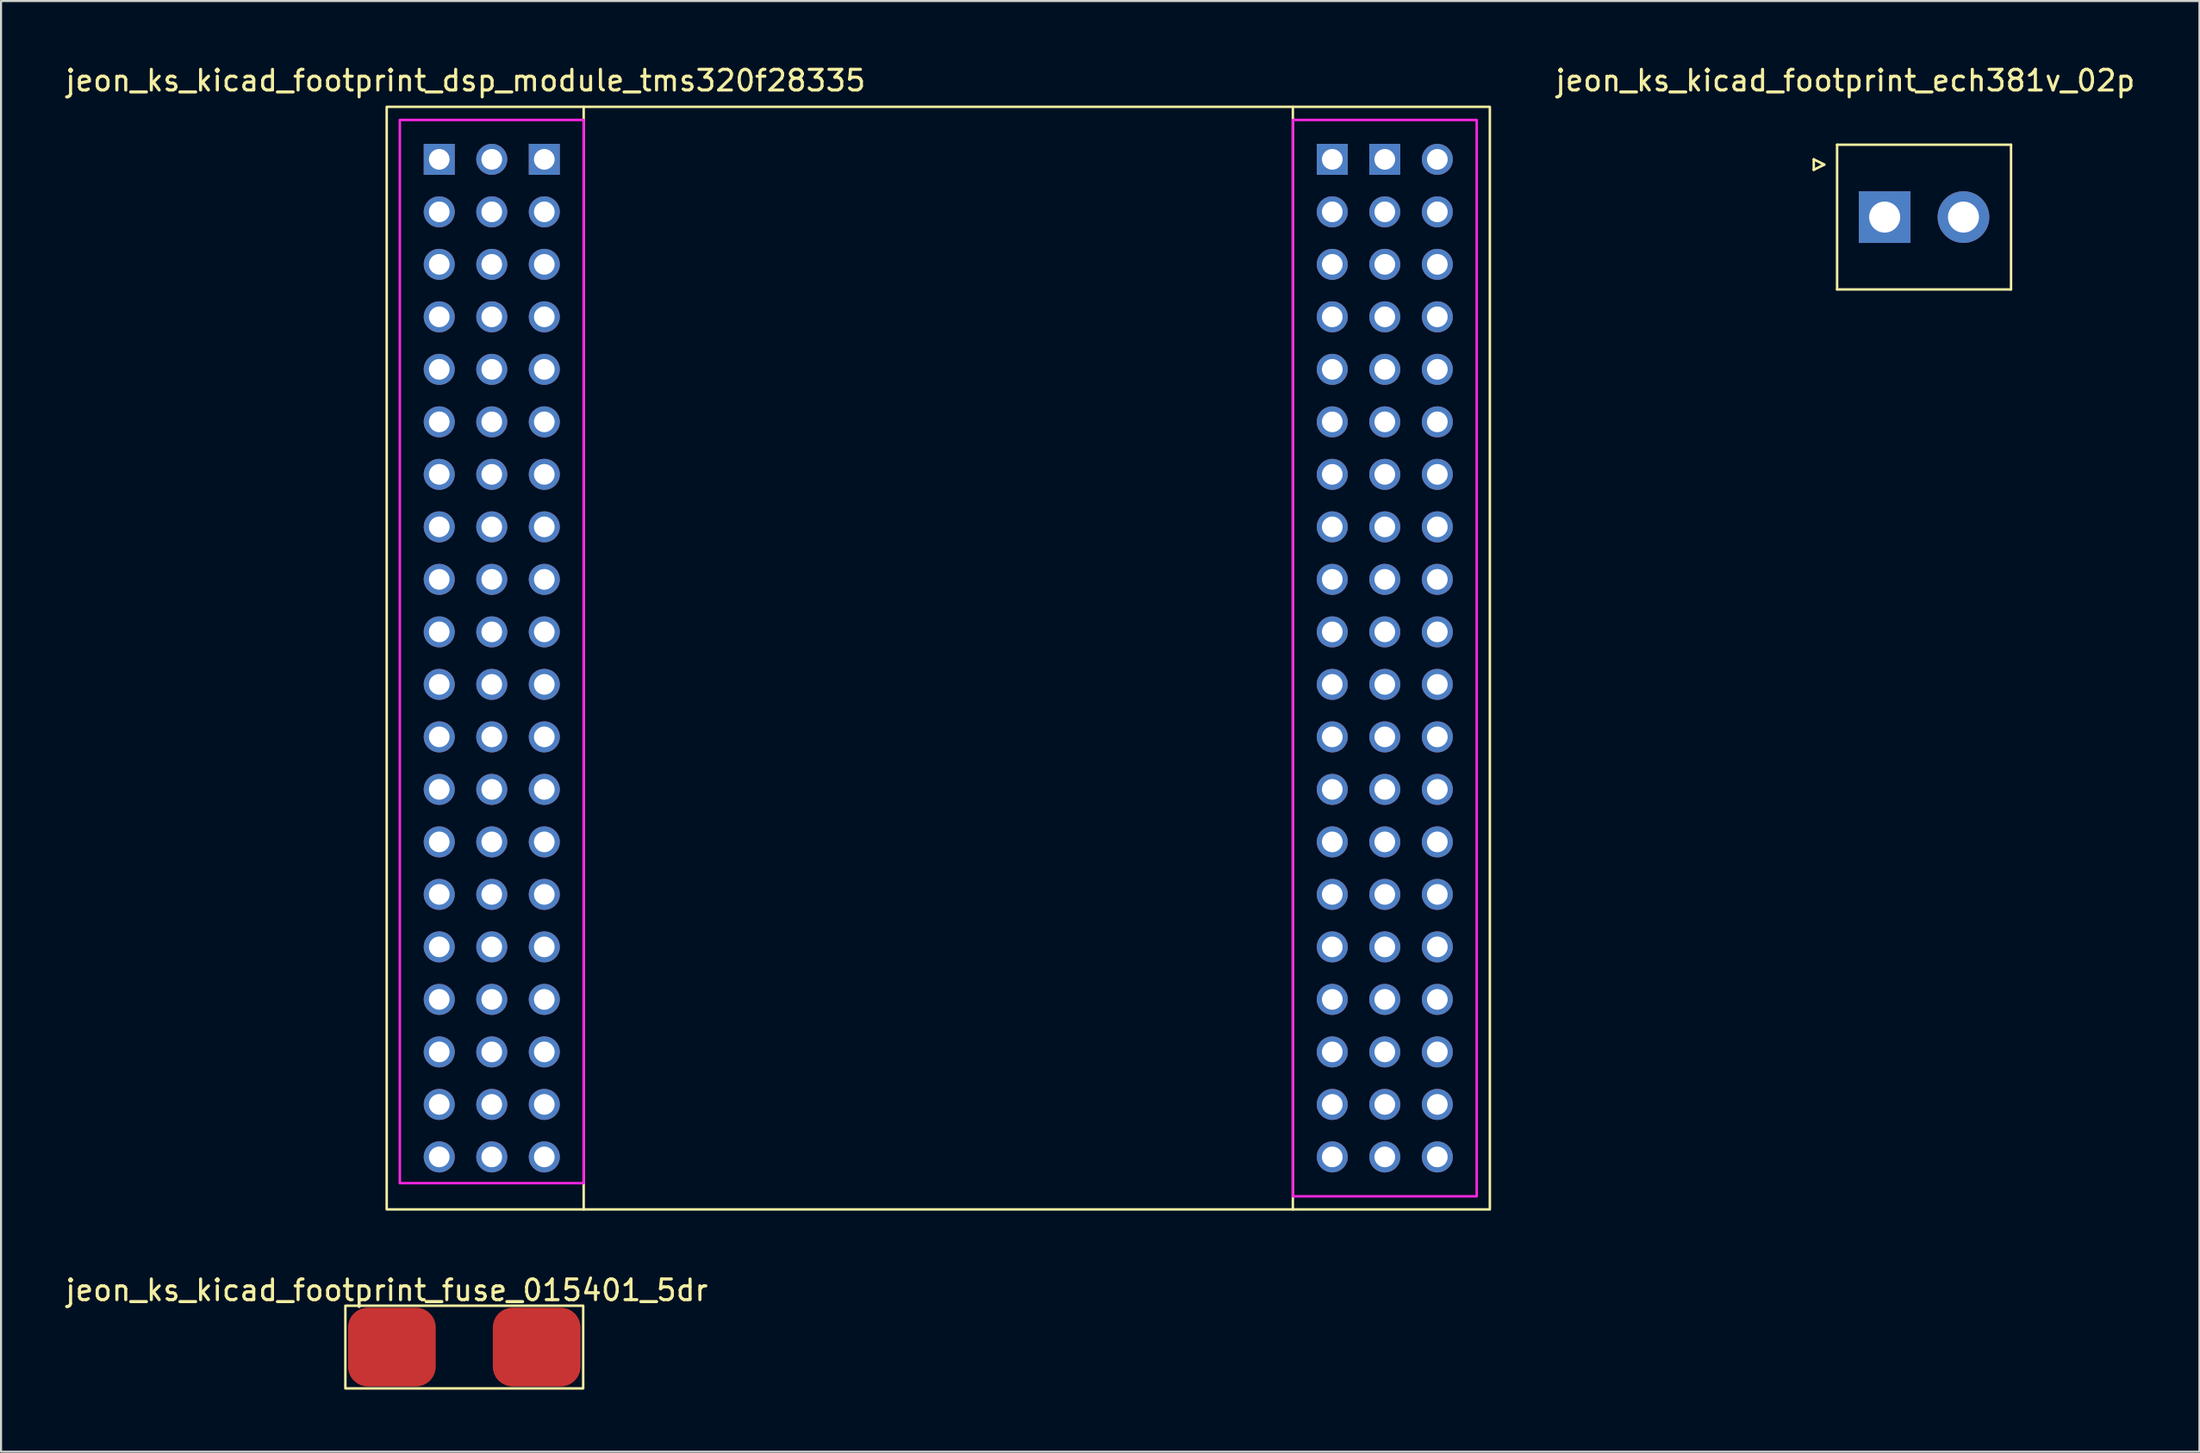
<source format=kicad_pcb>
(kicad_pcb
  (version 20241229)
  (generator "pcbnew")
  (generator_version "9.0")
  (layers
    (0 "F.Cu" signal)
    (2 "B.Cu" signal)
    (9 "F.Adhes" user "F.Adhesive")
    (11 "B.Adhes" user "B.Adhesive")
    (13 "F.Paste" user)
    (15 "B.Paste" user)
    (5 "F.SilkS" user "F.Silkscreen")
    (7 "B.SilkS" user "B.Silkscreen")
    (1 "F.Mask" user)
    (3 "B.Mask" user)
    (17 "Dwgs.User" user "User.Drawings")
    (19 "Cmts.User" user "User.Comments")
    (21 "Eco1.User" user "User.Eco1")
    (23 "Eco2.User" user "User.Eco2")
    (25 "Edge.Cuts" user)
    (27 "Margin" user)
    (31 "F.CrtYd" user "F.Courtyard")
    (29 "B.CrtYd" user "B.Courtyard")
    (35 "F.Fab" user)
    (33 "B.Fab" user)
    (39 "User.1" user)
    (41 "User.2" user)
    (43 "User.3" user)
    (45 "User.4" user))
  (footprint "jeon_ks_kicad_footprint_fuse_015401_5dr"
    (layer "F.Cu")
    (at 19.399 62.117)
    (property "Reference" "jeon_ks_kicad_footprint_fuse_015401_5dr" (at -3.75 -2.75 0) (unlocked yes) (layer "F.SilkS") (effects (font (size 1 1) (thickness 0.15))))
    (attr smd)
    (fp_rect (start -5.75 -2) (end 5.75 2) (stroke (width 0.12) (type solid)) (fill no) (layer "F.SilkS"))
    (pad "1" smd roundrect (at -3.5 0) (size 4.24 3.81) (layers "F.Cu" "F.Mask" "F.Paste") (roundrect_rratio 0.25))
    (pad "2" smd roundrect (at 3.5 0) (size 4.24 3.81) (layers "F.Cu" "F.Mask" "F.Paste") (roundrect_rratio 0.25)))
  (footprint "jeon_ks_kicad_footprint_ech381v_02p"
    (layer "F.Cu")
    (at 89.983 7.452)
    (property "Reference" "jeon_ks_kicad_footprint_ech381v_02p" (at -3.81 -6.604 0) (layer "F.SilkS") (effects (font (size 1 1) (thickness 0.15))))
    (attr through_hole)
    (fp_line (start -5.334 -2.794) (end -5.334 -2.286) (stroke (width 0.12) (type solid)) (layer "F.SilkS"))
    (fp_line (start -5.334 -2.286) (end -4.826 -2.54) (stroke (width 0.12) (type solid)) (layer "F.SilkS"))
    (fp_line (start -4.826 -2.54) (end -5.334 -2.794) (stroke (width 0.12) (type solid)) (layer "F.SilkS"))
    (fp_line (start -4.205 -3.5) (end 4.205 -3.5) (stroke (width 0.12) (type solid)) (layer "F.SilkS"))
    (fp_line (start -4.205 3.5) (end -4.205 -3.5) (stroke (width 0.12) (type solid)) (layer "F.SilkS"))
    (fp_line (start -4.205 3.5) (end 4.205 3.5) (stroke (width 0.12) (type solid)) (layer "F.SilkS"))
    (fp_line (start 4.205 -3.5) (end 4.205 3.5) (stroke (width 0.12) (type solid)) (layer "F.SilkS"))
    (pad "1" thru_hole rect (at -1.905 0) (size 2.5 2.5) (drill 1.5) (layers "*.Cu" "*.Mask"))
    (pad "2" thru_hole circle (at 1.905 0) (size 2.5 2.5) (drill 1.5) (layers "*.Cu" "*.Mask")))
  (footprint "jeon_ks_kicad_footprint_dsp_module_tms320f28335"
    (layer "F.Cu")
    (at 18.188 4.658)
    (property "Reference" "jeon_ks_kicad_footprint_dsp_module_tms320f28335" (at 1.27 -3.81 0) (unlocked yes) (layer "F.SilkS") (effects (font (size 1 1) (thickness 0.15))))
    (attr through_hole)
    (fp_line (start 6.985 50.8) (end 6.985 -2.54) (stroke (width 0.12) (type solid)) (layer "F.SilkS"))
    (fp_line (start 41.275 -2.54) (end 41.275 50.8) (stroke (width 0.12) (type solid)) (layer "F.SilkS"))
    (fp_rect (start -2.54 -2.54) (end 50.8 50.8) (stroke (width 0.12) (type solid)) (fill no) (layer "F.SilkS"))
    (fp_rect (start -1.905 -1.905) (end 6.985 49.53) (stroke (width 0.12) (type solid)) (fill no) (layer "F.CrtYd"))
    (fp_rect (start 41.275 -1.905) (end 50.165 50.165) (stroke (width 0.12) (type solid)) (fill no) (layer "F.CrtYd"))
    (pad "A01" thru_hole rect (at 0 0) (size 1.5 1.5) (drill 1) (layers "*.Cu" "*.Mask"))
    (pad "A02" thru_hole oval (at 2.54 0) (size 1.5 1.5) (drill 1) (layers "*.Cu" "*.Mask"))
    (pad "A03" thru_hole oval (at 0 2.54) (size 1.5 1.5) (drill 1) (layers "*.Cu" "*.Mask"))
    (pad "A04" thru_hole oval (at 2.54 2.54) (size 1.5 1.5) (drill 1) (layers "*.Cu" "*.Mask"))
    (pad "A05" thru_hole oval (at 0 5.08) (size 1.5 1.5) (drill 1) (layers "*.Cu" "*.Mask"))
    (pad "A06" thru_hole oval (at 2.54 5.08) (size 1.5 1.5) (drill 1) (layers "*.Cu" "*.Mask"))
    (pad "A07" thru_hole oval (at 0 7.62) (size 1.5 1.5) (drill 1) (layers "*.Cu" "*.Mask"))
    (pad "A08" thru_hole oval (at 2.54 7.62) (size 1.5 1.5) (drill 1) (layers "*.Cu" "*.Mask"))
    (pad "A09" thru_hole oval (at 0 10.16) (size 1.5 1.5) (drill 1) (layers "*.Cu" "*.Mask"))
    (pad "A10" thru_hole oval (at 2.54 10.16) (size 1.5 1.5) (drill 1) (layers "*.Cu" "*.Mask"))
    (pad "A11" thru_hole oval (at 0 12.7) (size 1.5 1.5) (drill 1) (layers "*.Cu" "*.Mask"))
    (pad "A12" thru_hole oval (at 2.54 12.7) (size 1.5 1.5) (drill 1) (layers "*.Cu" "*.Mask"))
    (pad "A13" thru_hole oval (at 0 15.24) (size 1.5 1.5) (drill 1) (layers "*.Cu" "*.Mask"))
    (pad "A14" thru_hole oval (at 2.54 15.24) (size 1.5 1.5) (drill 1) (layers "*.Cu" "*.Mask"))
    (pad "A15" thru_hole oval (at 0 17.78) (size 1.5 1.5) (drill 1) (layers "*.Cu" "*.Mask"))
    (pad "A16" thru_hole oval (at 2.54 17.78) (size 1.5 1.5) (drill 1) (layers "*.Cu" "*.Mask"))
    (pad "A17" thru_hole oval (at 0 20.32) (size 1.5 1.5) (drill 1) (layers "*.Cu" "*.Mask"))
    (pad "A18" thru_hole oval (at 2.54 20.32) (size 1.5 1.5) (drill 1) (layers "*.Cu" "*.Mask"))
    (pad "A19" thru_hole oval (at 0 22.86) (size 1.5 1.5) (drill 1) (layers "*.Cu" "*.Mask"))
    (pad "A20" thru_hole oval (at 2.54 22.86) (size 1.5 1.5) (drill 1) (layers "*.Cu" "*.Mask"))
    (pad "A21" thru_hole oval (at 0 25.4) (size 1.5 1.5) (drill 1) (layers "*.Cu" "*.Mask"))
    (pad "A22" thru_hole oval (at 2.54 25.4) (size 1.5 1.5) (drill 1) (layers "*.Cu" "*.Mask"))
    (pad "A23" thru_hole oval (at 0 27.94) (size 1.5 1.5) (drill 1) (layers "*.Cu" "*.Mask"))
    (pad "A24" thru_hole oval (at 2.54 27.94) (size 1.5 1.5) (drill 1) (layers "*.Cu" "*.Mask"))
    (pad "A25" thru_hole oval (at 0 30.48) (size 1.5 1.5) (drill 1) (layers "*.Cu" "*.Mask"))
    (pad "A26" thru_hole oval (at 2.54 30.48) (size 1.5 1.5) (drill 1) (layers "*.Cu" "*.Mask"))
    (pad "A27" thru_hole oval (at 0 33.02) (size 1.5 1.5) (drill 1) (layers "*.Cu" "*.Mask"))
    (pad "A28" thru_hole oval (at 2.54 33.02) (size 1.5 1.5) (drill 1) (layers "*.Cu" "*.Mask"))
    (pad "A29" thru_hole oval (at 0 35.56) (size 1.5 1.5) (drill 1) (layers "*.Cu" "*.Mask"))
    (pad "A30" thru_hole oval (at 2.54 35.56) (size 1.5 1.5) (drill 1) (layers "*.Cu" "*.Mask"))
    (pad "A31" thru_hole oval (at 0 38.1) (size 1.5 1.5) (drill 1) (layers "*.Cu" "*.Mask"))
    (pad "A32" thru_hole oval (at 2.54 38.1) (size 1.5 1.5) (drill 1) (layers "*.Cu" "*.Mask"))
    (pad "A33" thru_hole oval (at 0 40.64) (size 1.5 1.5) (drill 1) (layers "*.Cu" "*.Mask"))
    (pad "A34" thru_hole oval (at 2.54 40.64) (size 1.5 1.5) (drill 1) (layers "*.Cu" "*.Mask"))
    (pad "A35" thru_hole oval (at 0 43.18) (size 1.5 1.5) (drill 1) (layers "*.Cu" "*.Mask"))
    (pad "A36" thru_hole oval (at 2.54 43.18) (size 1.5 1.5) (drill 1) (layers "*.Cu" "*.Mask"))
    (pad "A37" thru_hole oval (at 0 45.72) (size 1.5 1.5) (drill 1) (layers "*.Cu" "*.Mask"))
    (pad "A38" thru_hole oval (at 2.54 45.72) (size 1.5 1.5) (drill 1) (layers "*.Cu" "*.Mask"))
    (pad "A39" thru_hole oval (at 0 48.26) (size 1.5 1.5) (drill 1) (layers "*.Cu" "*.Mask"))
    (pad "A40" thru_hole oval (at 2.54 48.26) (size 1.5 1.5) (drill 1) (layers "*.Cu" "*.Mask"))
    (pad "B01" thru_hole rect (at 5.08 0) (size 1.5 1.5) (drill 1) (layers "*.Cu" "*.Mask"))
    (pad "B02" thru_hole oval (at 5.08 2.54) (size 1.5 1.5) (drill 1) (layers "*.Cu" "*.Mask"))
    (pad "B03" thru_hole oval (at 5.08 5.08) (size 1.5 1.5) (drill 1) (layers "*.Cu" "*.Mask"))
    (pad "B04" thru_hole oval (at 5.08 7.62) (size 1.5 1.5) (drill 1) (layers "*.Cu" "*.Mask"))
    (pad "B05" thru_hole oval (at 5.08 10.16) (size 1.5 1.5) (drill 1) (layers "*.Cu" "*.Mask"))
    (pad "B06" thru_hole oval (at 5.08 12.7) (size 1.5 1.5) (drill 1) (layers "*.Cu" "*.Mask"))
    (pad "B07" thru_hole oval (at 5.08 15.24) (size 1.5 1.5) (drill 1) (layers "*.Cu" "*.Mask"))
    (pad "B08" thru_hole oval (at 5.08 17.78) (size 1.5 1.5) (drill 1) (layers "*.Cu" "*.Mask"))
    (pad "B09" thru_hole oval (at 5.08 20.32) (size 1.5 1.5) (drill 1) (layers "*.Cu" "*.Mask"))
    (pad "B10" thru_hole oval (at 5.08 22.86) (size 1.5 1.5) (drill 1) (layers "*.Cu" "*.Mask"))
    (pad "B11" thru_hole oval (at 5.08 25.4) (size 1.5 1.5) (drill 1) (layers "*.Cu" "*.Mask"))
    (pad "B12" thru_hole oval (at 5.08 27.94) (size 1.5 1.5) (drill 1) (layers "*.Cu" "*.Mask"))
    (pad "B13" thru_hole oval (at 5.08 30.48) (size 1.5 1.5) (drill 1) (layers "*.Cu" "*.Mask"))
    (pad "B14" thru_hole oval (at 5.08 33.02) (size 1.5 1.5) (drill 1) (layers "*.Cu" "*.Mask"))
    (pad "B15" thru_hole oval (at 5.08 35.56) (size 1.5 1.5) (drill 1) (layers "*.Cu" "*.Mask"))
    (pad "B16" thru_hole oval (at 5.08 38.1) (size 1.5 1.5) (drill 1) (layers "*.Cu" "*.Mask"))
    (pad "B17" thru_hole oval (at 5.08 40.64) (size 1.5 1.5) (drill 1) (layers "*.Cu" "*.Mask"))
    (pad "B18" thru_hole oval (at 5.08 43.18) (size 1.5 1.5) (drill 1) (layers "*.Cu" "*.Mask"))
    (pad "B19" thru_hole oval (at 5.08 45.72) (size 1.5 1.5) (drill 1) (layers "*.Cu" "*.Mask"))
    (pad "B20" thru_hole oval (at 5.08 48.26) (size 1.5 1.5) (drill 1) (layers "*.Cu" "*.Mask"))
    (pad "C01" thru_hole rect (at 45.72 0) (size 1.5 1.5) (drill 1) (layers "*.Cu" "*.Mask"))
    (pad "C02" thru_hole oval (at 48.26 0) (size 1.5 1.5) (drill 1) (layers "*.Cu" "*.Mask"))
    (pad "C03" thru_hole oval (at 45.72 2.54) (size 1.5 1.5) (drill 1) (layers "*.Cu" "*.Mask"))
    (pad "C04" thru_hole oval (at 48.26 2.54) (size 1.5 1.5) (drill 1) (layers "*.Cu" "*.Mask"))
    (pad "C05" thru_hole oval (at 45.72 5.08) (size 1.5 1.5) (drill 1) (layers "*.Cu" "*.Mask"))
    (pad "C06" thru_hole oval (at 48.26 5.08) (size 1.5 1.5) (drill 1) (layers "*.Cu" "*.Mask"))
    (pad "C07" thru_hole oval (at 45.72 7.62) (size 1.5 1.5) (drill 1) (layers "*.Cu" "*.Mask"))
    (pad "C08" thru_hole oval (at 48.26 7.62) (size 1.5 1.5) (drill 1) (layers "*.Cu" "*.Mask"))
    (pad "C09" thru_hole oval (at 45.72 10.16) (size 1.5 1.5) (drill 1) (layers "*.Cu" "*.Mask"))
    (pad "C10" thru_hole oval (at 48.26 10.16) (size 1.5 1.5) (drill 1) (layers "*.Cu" "*.Mask"))
    (pad "C11" thru_hole oval (at 45.72 12.7) (size 1.5 1.5) (drill 1) (layers "*.Cu" "*.Mask"))
    (pad "C12" thru_hole oval (at 48.26 12.7) (size 1.5 1.5) (drill 1) (layers "*.Cu" "*.Mask"))
    (pad "C13" thru_hole oval (at 45.72 15.24) (size 1.5 1.5) (drill 1) (layers "*.Cu" "*.Mask"))
    (pad "C14" thru_hole oval (at 48.26 15.24) (size 1.5 1.5) (drill 1) (layers "*.Cu" "*.Mask"))
    (pad "C15" thru_hole oval (at 45.72 17.78) (size 1.5 1.5) (drill 1) (layers "*.Cu" "*.Mask"))
    (pad "C16" thru_hole oval (at 48.26 17.78) (size 1.5 1.5) (drill 1) (layers "*.Cu" "*.Mask"))
    (pad "C17" thru_hole oval (at 45.72 20.32) (size 1.5 1.5) (drill 1) (layers "*.Cu" "*.Mask"))
    (pad "C18" thru_hole oval (at 48.26 20.32) (size 1.5 1.5) (drill 1) (layers "*.Cu" "*.Mask"))
    (pad "C19" thru_hole oval (at 45.72 22.86) (size 1.5 1.5) (drill 1) (layers "*.Cu" "*.Mask"))
    (pad "C20" thru_hole oval (at 48.26 22.86) (size 1.5 1.5) (drill 1) (layers "*.Cu" "*.Mask"))
    (pad "C21" thru_hole oval (at 45.72 25.4) (size 1.5 1.5) (drill 1) (layers "*.Cu" "*.Mask"))
    (pad "C22" thru_hole oval (at 48.26 25.4) (size 1.5 1.5) (drill 1) (layers "*.Cu" "*.Mask"))
    (pad "C23" thru_hole oval (at 45.72 27.94) (size 1.5 1.5) (drill 1) (layers "*.Cu" "*.Mask"))
    (pad "C24" thru_hole oval (at 48.26 27.94) (size 1.5 1.5) (drill 1) (layers "*.Cu" "*.Mask"))
    (pad "C25" thru_hole oval (at 45.72 30.48) (size 1.5 1.5) (drill 1) (layers "*.Cu" "*.Mask"))
    (pad "C26" thru_hole oval (at 48.26 30.48) (size 1.5 1.5) (drill 1) (layers "*.Cu" "*.Mask"))
    (pad "C27" thru_hole oval (at 45.72 33.02) (size 1.5 1.5) (drill 1) (layers "*.Cu" "*.Mask"))
    (pad "C28" thru_hole oval (at 48.26 33.02) (size 1.5 1.5) (drill 1) (layers "*.Cu" "*.Mask"))
    (pad "C29" thru_hole oval (at 45.72 35.56) (size 1.5 1.5) (drill 1) (layers "*.Cu" "*.Mask"))
    (pad "C30" thru_hole oval (at 48.26 35.56) (size 1.5 1.5) (drill 1) (layers "*.Cu" "*.Mask"))
    (pad "C31" thru_hole oval (at 45.72 38.1) (size 1.5 1.5) (drill 1) (layers "*.Cu" "*.Mask"))
    (pad "C32" thru_hole oval (at 48.26 38.1) (size 1.5 1.5) (drill 1) (layers "*.Cu" "*.Mask"))
    (pad "C33" thru_hole oval (at 45.72 40.64) (size 1.5 1.5) (drill 1) (layers "*.Cu" "*.Mask"))
    (pad "C34" thru_hole oval (at 48.26 40.64) (size 1.5 1.5) (drill 1) (layers "*.Cu" "*.Mask"))
    (pad "C35" thru_hole oval (at 45.72 43.18) (size 1.5 1.5) (drill 1) (layers "*.Cu" "*.Mask"))
    (pad "C36" thru_hole oval (at 48.26 43.18) (size 1.5 1.5) (drill 1) (layers "*.Cu" "*.Mask"))
    (pad "C37" thru_hole oval (at 45.72 45.72) (size 1.5 1.5) (drill 1) (layers "*.Cu" "*.Mask"))
    (pad "C38" thru_hole oval (at 48.26 45.72) (size 1.5 1.5) (drill 1) (layers "*.Cu" "*.Mask"))
    (pad "C39" thru_hole oval (at 45.72 48.26) (size 1.5 1.5) (drill 1) (layers "*.Cu" "*.Mask"))
    (pad "C40" thru_hole oval (at 48.26 48.26) (size 1.5 1.5) (drill 1) (layers "*.Cu" "*.Mask"))
    (pad "D01" thru_hole rect (at 43.18 0) (size 1.5 1.5) (drill 1) (layers "*.Cu" "*.Mask"))
    (pad "D02" thru_hole oval (at 43.18 2.54) (size 1.5 1.5) (drill 1) (layers "*.Cu" "*.Mask"))
    (pad "D03" thru_hole oval (at 43.18 5.08) (size 1.5 1.5) (drill 1) (layers "*.Cu" "*.Mask"))
    (pad "D04" thru_hole oval (at 43.18 7.62) (size 1.5 1.5) (drill 1) (layers "*.Cu" "*.Mask"))
    (pad "D05" thru_hole oval (at 43.18 10.16) (size 1.5 1.5) (drill 1) (layers "*.Cu" "*.Mask"))
    (pad "D06" thru_hole oval (at 43.18 12.7) (size 1.5 1.5) (drill 1) (layers "*.Cu" "*.Mask"))
    (pad "D07" thru_hole oval (at 43.18 15.24) (size 1.5 1.5) (drill 1) (layers "*.Cu" "*.Mask"))
    (pad "D08" thru_hole oval (at 43.18 17.78) (size 1.5 1.5) (drill 1) (layers "*.Cu" "*.Mask"))
    (pad "D09" thru_hole oval (at 43.18 20.32) (size 1.5 1.5) (drill 1) (layers "*.Cu" "*.Mask"))
    (pad "D10" thru_hole oval (at 43.18 22.86) (size 1.5 1.5) (drill 1) (layers "*.Cu" "*.Mask"))
    (pad "D11" thru_hole oval (at 43.18 25.4) (size 1.5 1.5) (drill 1) (layers "*.Cu" "*.Mask"))
    (pad "D12" thru_hole oval (at 43.18 27.94) (size 1.5 1.5) (drill 1) (layers "*.Cu" "*.Mask"))
    (pad "D13" thru_hole oval (at 43.18 30.48) (size 1.5 1.5) (drill 1) (layers "*.Cu" "*.Mask"))
    (pad "D14" thru_hole oval (at 43.18 33.02) (size 1.5 1.5) (drill 1) (layers "*.Cu" "*.Mask"))
    (pad "D15" thru_hole oval (at 43.18 35.56) (size 1.5 1.5) (drill 1) (layers "*.Cu" "*.Mask"))
    (pad "D16" thru_hole oval (at 43.18 38.1) (size 1.5 1.5) (drill 1) (layers "*.Cu" "*.Mask"))
    (pad "D17" thru_hole oval (at 43.18 40.64) (size 1.5 1.5) (drill 1) (layers "*.Cu" "*.Mask"))
    (pad "D18" thru_hole oval (at 43.18 43.18) (size 1.5 1.5) (drill 1) (layers "*.Cu" "*.Mask"))
    (pad "D19" thru_hole oval (at 43.18 45.72) (size 1.5 1.5) (drill 1) (layers "*.Cu" "*.Mask"))
    (pad "D20" thru_hole oval (at 43.18 48.26) (size 1.5 1.5) (drill 1) (layers "*.Cu" "*.Mask")))
  (gr_rect
    (start -3 -3)
    (end 103.298 67.177)
    (stroke (width 0.1) (type default))
    (fill no)
    (layer "Edge.Cuts")))
</source>
